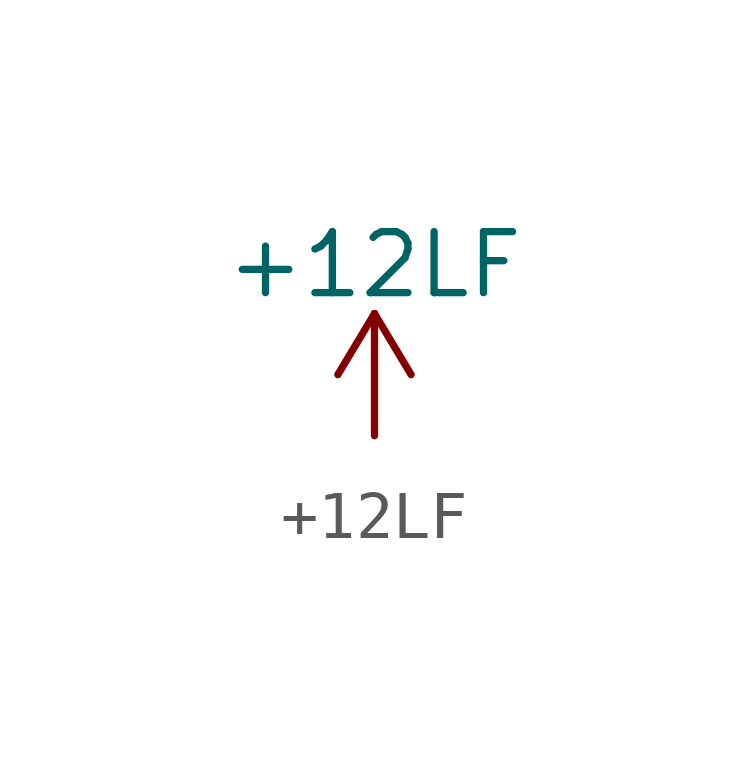
<source format=kicad_sym>
(kicad_symbol_lib
  (version 20211014)
  (generator kicad_symbol_editor)
  (symbol "power1:+12LF"
    (power)
    (pin_names
      (offset 0))
    (property "Reference" "#PWR"
      (at 0 -3.81 0)
      (effects (font (size 1.27 1.27)) hide))
    (property "Value" "+12LF"
      (at 0 3.556 0)
      (effects (font (size 1.27 1.27))))
    (symbol "+12LF_0_1"
      (polyline (pts (xy -0.762 1.27) (xy 0 2.54)) (stroke (width 0) (type default) (color 0 0 0 0)) (fill (type none)))
      (polyline (pts (xy 0 0) (xy 0 2.54)) (stroke (width 0) (type default) (color 0 0 0 0)) (fill (type none)))
      (polyline (pts (xy 0 2.54) (xy 0.762 1.27)) (stroke (width 0) (type default) (color 0 0 0 0)) (fill (type none))))
    (symbol "+12LF_1_1"
      (pin power_in line (at 0 0 90) (length 0) hide (name "+12LF" (effects (font (size 1.27 1.27)))) (number "1" (effects (font (size 1.27 1.27))))))))
</source>
